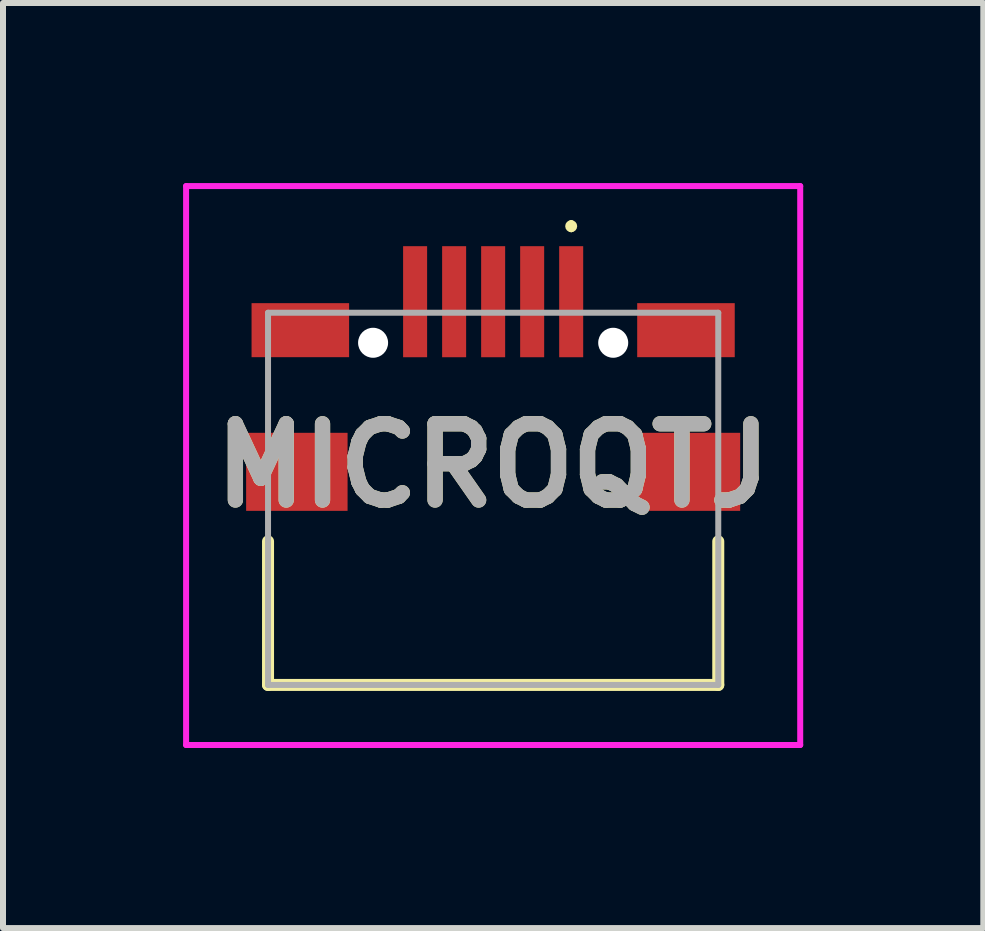
<source format=kicad_pcb>
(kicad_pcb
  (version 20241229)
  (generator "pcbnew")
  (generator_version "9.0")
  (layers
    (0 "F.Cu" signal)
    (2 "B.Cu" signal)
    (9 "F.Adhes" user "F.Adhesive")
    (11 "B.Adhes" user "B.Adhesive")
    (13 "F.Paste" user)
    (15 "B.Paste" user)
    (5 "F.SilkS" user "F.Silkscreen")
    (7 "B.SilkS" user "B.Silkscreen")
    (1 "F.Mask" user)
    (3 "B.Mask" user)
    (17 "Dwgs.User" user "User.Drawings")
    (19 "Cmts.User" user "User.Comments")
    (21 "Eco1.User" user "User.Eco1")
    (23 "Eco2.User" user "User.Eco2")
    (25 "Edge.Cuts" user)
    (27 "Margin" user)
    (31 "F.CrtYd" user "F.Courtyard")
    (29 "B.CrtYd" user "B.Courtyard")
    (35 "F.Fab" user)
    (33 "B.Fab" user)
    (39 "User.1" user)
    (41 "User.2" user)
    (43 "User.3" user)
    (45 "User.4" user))
  (footprint "MICROQTJ"
    (layer "F.Cu")
    (at 5.165 5.168)
    (property "Reference" "MICROQTJ" (at 0 -0.463 0) (layer "F.SilkS") (effects (font (size 1.27 1.27) (thickness 0.254))))
    (attr through_hole)
    (fp_line (start -3.75 0.8) (end -3.75 3.192) (stroke (width 0.2) (type solid)) (layer "F.SilkS"))
    (fp_line (start -3.75 3.192) (end 3.75 3.192) (stroke (width 0.2) (type solid)) (layer "F.SilkS"))
    (fp_line (start 1.3 -4.5) (end 1.3 -4.5) (stroke (width 0.1) (type solid)) (layer "F.SilkS"))
    (fp_line (start 1.3 -4.4) (end 1.3 -4.4) (stroke (width 0.1) (type solid)) (layer "F.SilkS"))
    (fp_line (start 3.75 3.192) (end 3.75 0.8) (stroke (width 0.2) (type solid)) (layer "F.SilkS"))
    (fp_arc (start 1.3 -4.5) (mid 1.35 -4.45) (end 1.3 -4.4) (stroke (width 0.1) (type solid)) (layer "F.SilkS"))
    (fp_arc (start 1.3 -4.4) (mid 1.25 -4.45) (end 1.3 -4.5) (stroke (width 0.1) (type solid)) (layer "F.SilkS"))
    (fp_line (start -5.115 -5.118) (end 5.115 -5.118) (stroke (width 0.1) (type solid)) (layer "F.CrtYd"))
    (fp_line (start -5.115 4.192) (end -5.115 -5.118) (stroke (width 0.1) (type solid)) (layer "F.CrtYd"))
    (fp_line (start 5.115 -5.118) (end 5.115 4.192) (stroke (width 0.1) (type solid)) (layer "F.CrtYd"))
    (fp_line (start 5.115 4.192) (end -5.115 4.192) (stroke (width 0.1) (type solid)) (layer "F.CrtYd"))
    (fp_line (start -3.75 -3.008) (end 3.75 -3.008) (stroke (width 0.1) (type solid)) (layer "F.Fab"))
    (fp_line (start -3.75 3.192) (end -3.75 -3.008) (stroke (width 0.1) (type solid)) (layer "F.Fab"))
    (fp_line (start 3.75 -3.008) (end 3.75 3.192) (stroke (width 0.1) (type solid)) (layer "F.Fab"))
    (fp_line (start 3.75 3.192) (end -3.75 3.192) (stroke (width 0.1) (type solid)) (layer "F.Fab"))
    (fp_text user "${REFERENCE}" (at 0 -0.463 0) (layer "F.Fab") (effects (font (size 1.27 1.27) (thickness 0.254))))
    (pad "" np_thru_hole circle (at -2 -2.508) (size 0.5 0.5) (drill 0.5) (layers "*.Cu" "*.Mask"))
    (pad "" np_thru_hole circle (at 2 -2.508) (size 0.5 0.5) (drill 0.5) (layers "*.Cu" "*.Mask"))
    (pad "1" smd rect (at 1.3 -3.192) (size 0.4 1.85) (layers "F.Cu" "F.Mask" "F.Paste"))
    (pad "2" smd rect (at 0.65 -3.192) (size 0.4 1.85) (layers "F.Cu" "F.Mask" "F.Paste"))
    (pad "3" smd rect (at 0 -3.192) (size 0.4 1.85) (layers "F.Cu" "F.Mask" "F.Paste"))
    (pad "4" smd rect (at -0.65 -3.192) (size 0.4 1.85) (layers "F.Cu" "F.Mask" "F.Paste"))
    (pad "5" smd rect (at -1.3 -3.192) (size 0.4 1.85) (layers "F.Cu" "F.Mask" "F.Paste"))
    (pad "MP1" smd rect (at 3.212 -2.718 90) (size 0.9 1.625) (layers "F.Cu" "F.Mask" "F.Paste"))
    (pad "MP2" smd rect (at -3.212 -2.718 90) (size 0.9 1.625) (layers "F.Cu" "F.Mask" "F.Paste"))
    (pad "MP3" smd rect (at 3.27 -0.358 90) (size 1.3 1.69) (layers "F.Cu" "F.Mask" "F.Paste"))
    (pad "MP4" smd rect (at -3.27 -0.358 90) (size 1.3 1.69) (layers "F.Cu" "F.Mask" "F.Paste")))
  (gr_rect
    (start -3 -3)
    (end 13.33 12.41)
    (stroke (width 0.1) (type default))
    (fill no)
    (layer "Edge.Cuts")))
</source>
